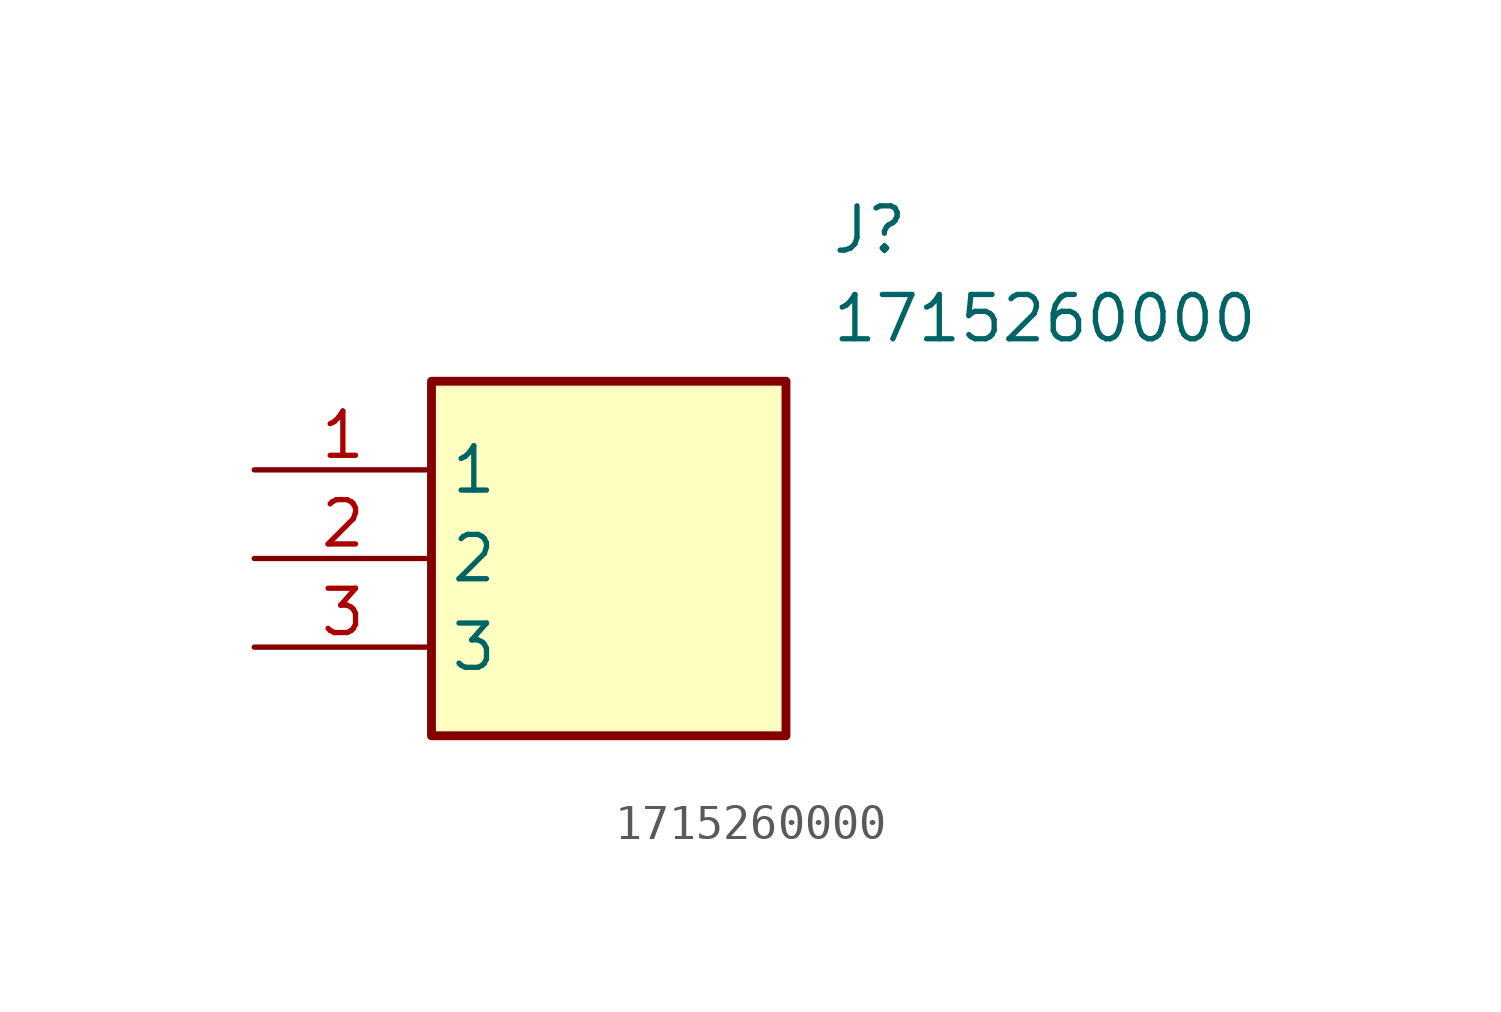
<source format=kicad_sym>
(kicad_symbol_lib
  (version 20211014)
  (generator SamacSys_ECAD_Model)
  (symbol "1715260000"
    (property "Reference" "J"
      (at 16.51 7.62 0)
      (effects (font (size 1.27 1.27)) (justify left top)))
    (property "Value" "1715260000"
      (at 16.51 5.08 0)
      (effects (font (size 1.27 1.27)) (justify left top)))
    (rectangle
      (start 5.08 2.54)
      (end 15.24 -7.62)
      (stroke (width 0.254) (type default))
      (fill (type background)))
    (pin passive line
      (at 0 0 0)
      (length 5.08)
      (name "1" (effects (font (size 1.27 1.27))))
      (number "1" (effects (font (size 1.27 1.27)))))
    (pin passive line
      (at 0 -2.54 0)
      (length 5.08)
      (name "2" (effects (font (size 1.27 1.27))))
      (number "2" (effects (font (size 1.27 1.27)))))
    (pin passive line
      (at 0 -5.08 0)
      (length 5.08)
      (name "3" (effects (font (size 1.27 1.27))))
      (number "3" (effects (font (size 1.27 1.27)))))))
</source>
